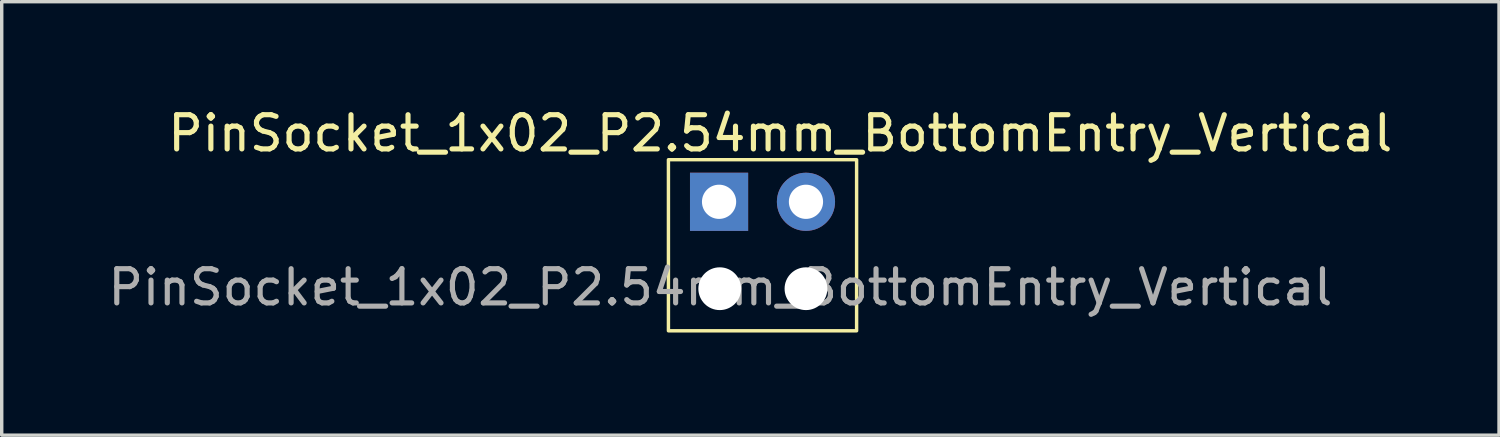
<source format=kicad_pcb>
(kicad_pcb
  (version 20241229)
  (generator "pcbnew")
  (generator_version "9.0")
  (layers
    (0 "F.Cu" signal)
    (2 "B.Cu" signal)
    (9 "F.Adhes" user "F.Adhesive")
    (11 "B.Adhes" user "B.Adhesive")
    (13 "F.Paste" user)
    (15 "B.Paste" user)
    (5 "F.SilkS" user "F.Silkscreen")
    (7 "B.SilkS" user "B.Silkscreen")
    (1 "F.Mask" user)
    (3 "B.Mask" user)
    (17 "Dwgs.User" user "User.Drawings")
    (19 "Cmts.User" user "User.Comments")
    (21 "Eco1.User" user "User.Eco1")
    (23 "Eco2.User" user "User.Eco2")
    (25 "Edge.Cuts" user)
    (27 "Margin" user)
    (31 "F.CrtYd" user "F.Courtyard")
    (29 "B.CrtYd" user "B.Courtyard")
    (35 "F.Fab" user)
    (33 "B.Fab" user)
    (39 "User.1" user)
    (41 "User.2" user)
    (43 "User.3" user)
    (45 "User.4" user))
  (footprint "PinSocket_1x02_P2.54mm_BottomEntry_Vertical"
    (layer "F.Cu")
    (at 18.006 2.848)
    (property "Reference" "PinSocket_1x02_P2.54mm_BottomEntry_Vertical" (at 1.75 -2 0) (unlocked yes) (layer "F.SilkS") (effects (font (size 1 1) (thickness 0.15))))
    (attr through_hole)
    (fp_rect (start -1.52 -1.23) (end 3.98 3.77) (stroke (width 0.1) (type default)) (fill no) (layer "F.SilkS"))
    (fp_text user "${REFERENCE}" (at 0 2.5 0) (unlocked yes) (layer "F.Fab") (effects (font (size 1 1) (thickness 0.15))))
    (pad "" np_thru_hole circle (at -0.02 2.54) (size 1.25 1.25) (drill 1.25) (layers "*.Cu" "*.Mask"))
    (pad "" np_thru_hole circle (at 2.5 2.54) (size 1.25 1.25) (drill 1.25) (layers "*.Cu" "*.Mask"))
    (pad "1" thru_hole rect (at -0.04 0) (size 1.7 1.7) (drill 1) (layers "*.Cu" "*.Mask"))
    (pad "2" thru_hole circle (at 2.5 0) (size 1.7 1.7) (drill 1) (layers "*.Cu" "*.Mask")))
  (gr_rect
    (start -3 -3)
    (end 40.762 9.668)
    (stroke (width 0.1) (type default))
    (fill no)
    (layer "Edge.Cuts")))
</source>
